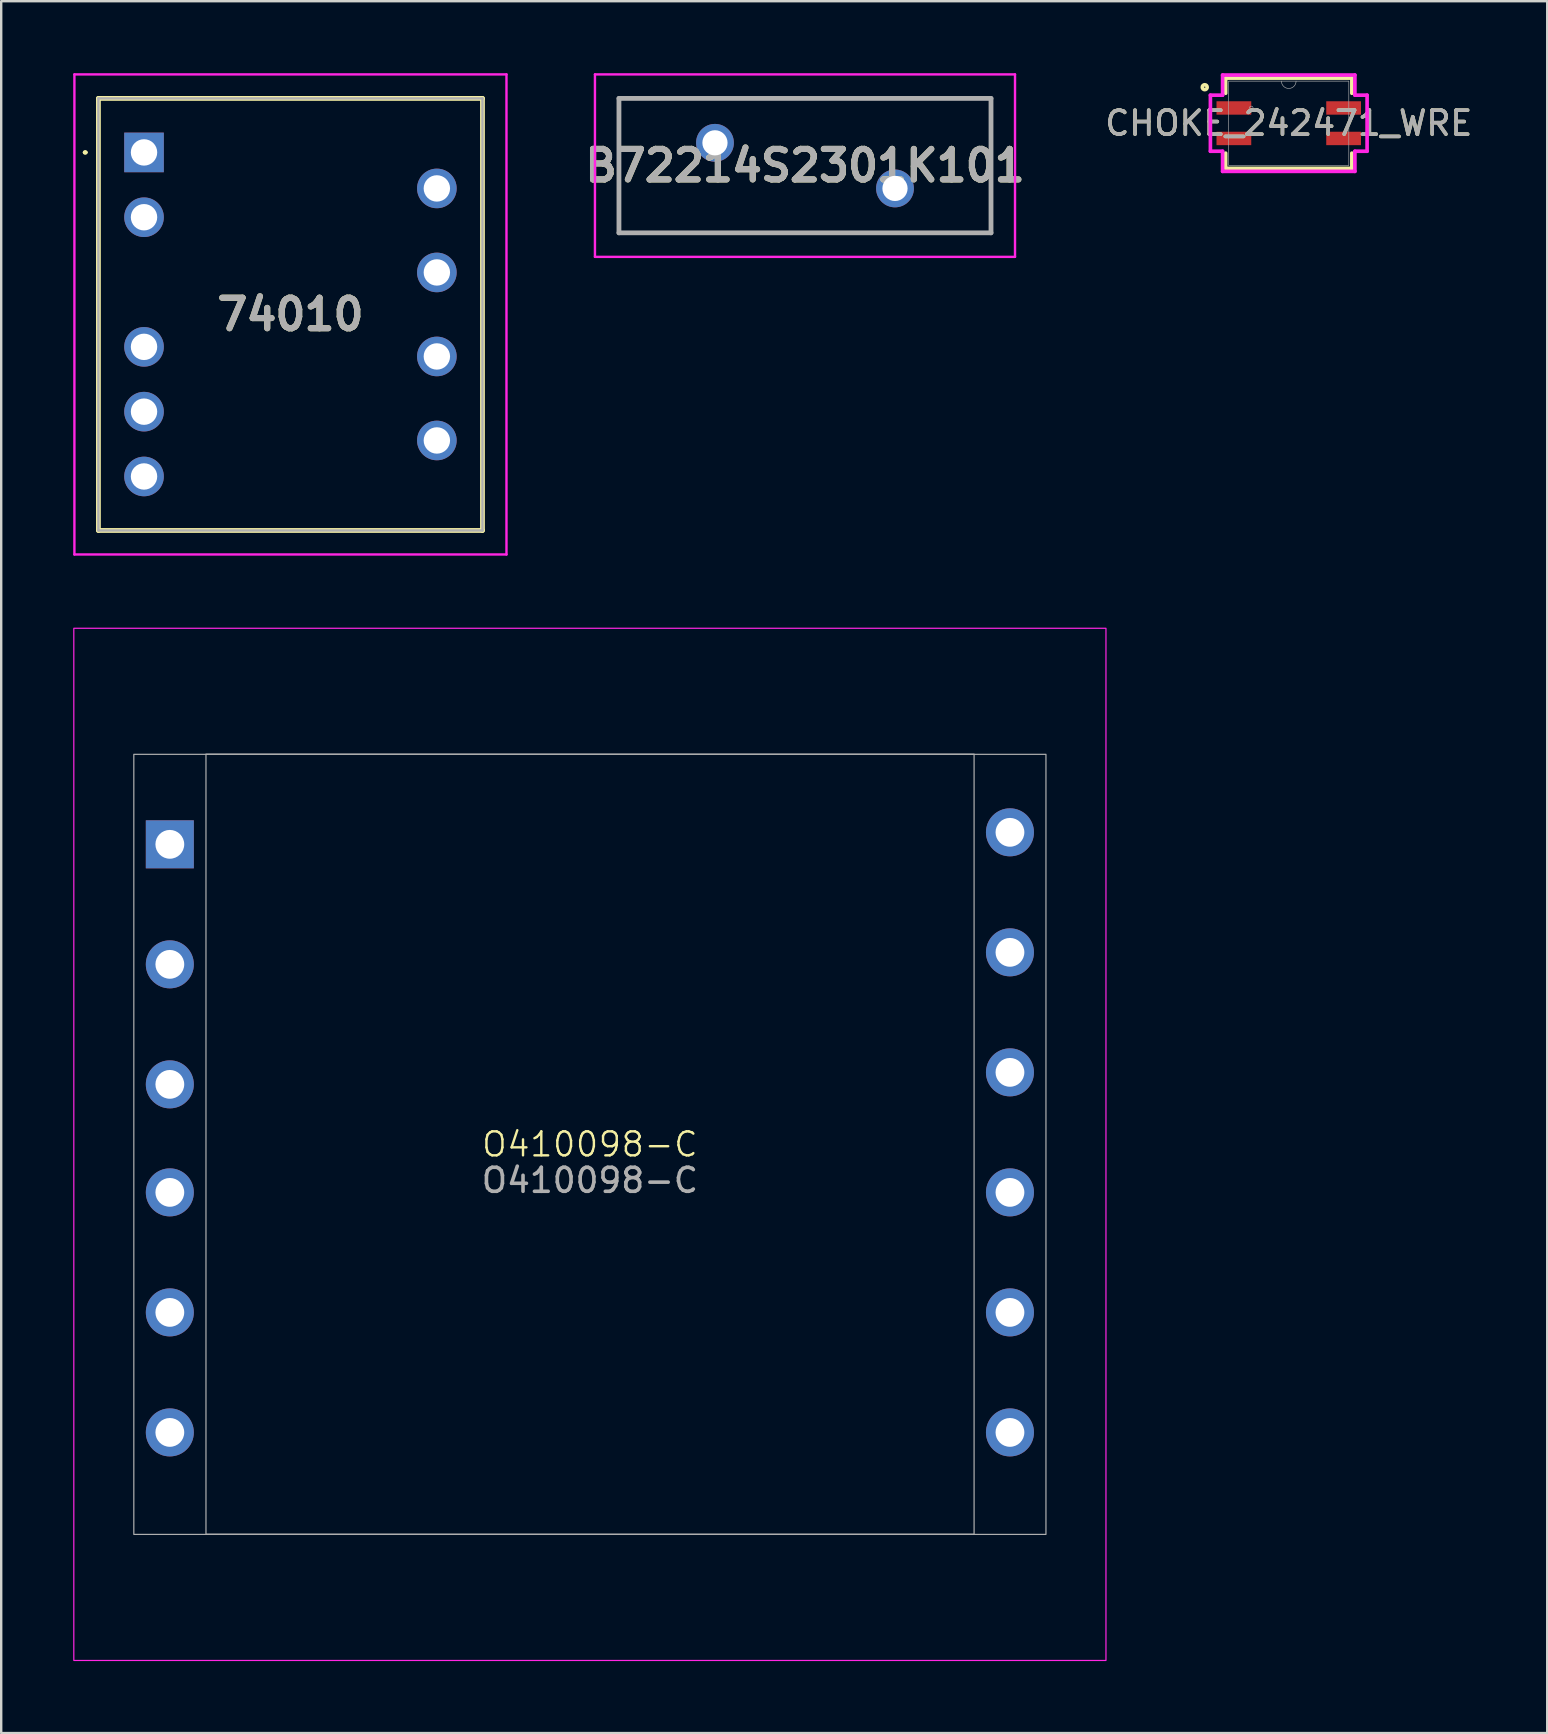
<source format=kicad_pcb>
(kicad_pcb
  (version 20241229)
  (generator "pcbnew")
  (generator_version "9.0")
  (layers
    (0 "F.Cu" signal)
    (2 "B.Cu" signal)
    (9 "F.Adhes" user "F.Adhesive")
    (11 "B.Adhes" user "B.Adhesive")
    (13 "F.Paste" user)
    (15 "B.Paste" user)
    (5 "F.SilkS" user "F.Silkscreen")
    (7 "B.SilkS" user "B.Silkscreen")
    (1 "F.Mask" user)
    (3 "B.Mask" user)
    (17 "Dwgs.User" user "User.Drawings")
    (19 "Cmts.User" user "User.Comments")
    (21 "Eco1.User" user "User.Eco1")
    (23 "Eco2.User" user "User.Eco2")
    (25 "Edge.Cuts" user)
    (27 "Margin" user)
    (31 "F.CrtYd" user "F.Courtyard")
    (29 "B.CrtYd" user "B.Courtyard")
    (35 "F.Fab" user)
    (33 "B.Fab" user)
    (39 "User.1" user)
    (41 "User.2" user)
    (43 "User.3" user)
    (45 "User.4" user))
  (footprint "74010"
    (layer "F.Cu")
    (at 2.95 3.3)
    (property "Reference" "74010" (at 6.1 6.75 0) (layer "F.SilkS") (effects (font (size 1.27 1.27) (thickness 0.254))))
    (attr through_hole)
    (fp_line (start -2.5 0) (end -2.5 0) (stroke (width 0.1) (type solid)) (layer "F.SilkS"))
    (fp_line (start -2.4 0) (end -2.4 0) (stroke (width 0.1) (type solid)) (layer "F.SilkS"))
    (fp_line (start -1.9 -2.25) (end -1.9 15.75) (stroke (width 0.2) (type solid)) (layer "F.SilkS"))
    (fp_line (start -1.9 15.75) (end 14.1 15.75) (stroke (width 0.2) (type solid)) (layer "F.SilkS"))
    (fp_line (start 14.1 -2.25) (end -1.9 -2.25) (stroke (width 0.2) (type solid)) (layer "F.SilkS"))
    (fp_line (start 14.1 15.75) (end 14.1 -2.25) (stroke (width 0.2) (type solid)) (layer "F.SilkS"))
    (fp_arc (start -2.5 0) (mid -2.45 -0.05) (end -2.4 0) (stroke (width 0.1) (type solid)) (layer "F.SilkS"))
    (fp_arc (start -2.4 0) (mid -2.45 0.05) (end -2.5 0) (stroke (width 0.1) (type solid)) (layer "F.SilkS"))
    (fp_line (start -2.9 -3.25) (end -2.9 16.75) (stroke (width 0.1) (type solid)) (layer "F.CrtYd"))
    (fp_line (start -2.9 16.75) (end 15.1 16.75) (stroke (width 0.1) (type solid)) (layer "F.CrtYd"))
    (fp_line (start 15.1 -3.25) (end -2.9 -3.25) (stroke (width 0.1) (type solid)) (layer "F.CrtYd"))
    (fp_line (start 15.1 16.75) (end 15.1 -3.25) (stroke (width 0.1) (type solid)) (layer "F.CrtYd"))
    (fp_line (start -1.9 -2.25) (end -1.9 15.75) (stroke (width 0.1) (type solid)) (layer "F.Fab"))
    (fp_line (start -1.9 15.75) (end 14.1 15.75) (stroke (width 0.1) (type solid)) (layer "F.Fab"))
    (fp_line (start 14.1 -2.25) (end -1.9 -2.25) (stroke (width 0.1) (type solid)) (layer "F.Fab"))
    (fp_line (start 14.1 15.75) (end 14.1 -2.25) (stroke (width 0.1) (type solid)) (layer "F.Fab"))
    (fp_text user "${REFERENCE}" (at 6.1 6.75 0) (layer "F.Fab") (effects (font (size 1.27 1.27) (thickness 0.254))))
    (pad "1" thru_hole rect (at 0 0) (size 1.65 1.65) (drill 1.1) (layers "*.Cu" "*.Mask"))
    (pad "2" thru_hole circle (at 0 2.7) (size 1.65 1.65) (drill 1.1) (layers "*.Cu" "*.Mask"))
    (pad "4" thru_hole circle (at 0 8.1) (size 1.65 1.65) (drill 1.1) (layers "*.Cu" "*.Mask"))
    (pad "5" thru_hole circle (at 0 10.8) (size 1.65 1.65) (drill 1.1) (layers "*.Cu" "*.Mask"))
    (pad "6" thru_hole circle (at 0 13.5) (size 1.65 1.65) (drill 1.1) (layers "*.Cu" "*.Mask"))
    (pad "7" thru_hole circle (at 12.2 12) (size 1.65 1.65) (drill 1.1) (layers "*.Cu" "*.Mask"))
    (pad "8" thru_hole circle (at 12.2 8.5) (size 1.65 1.65) (drill 1.1) (layers "*.Cu" "*.Mask"))
    (pad "9" thru_hole circle (at 12.2 5) (size 1.65 1.65) (drill 1.1) (layers "*.Cu" "*.Mask"))
    (pad "10" thru_hole circle (at 12.2 1.5) (size 1.65 1.65) (drill 1.1) (layers "*.Cu" "*.Mask")))
  (footprint "O410098-C"
    (layer "F.Cu")
    (at 21.525 44.625)
    (property "Reference" "O410098-C" (at 0 0 0) (unlocked yes) (layer "F.SilkS") (effects (font (size 1 1) (thickness 0.1))))
    (attr through_hole)
    (fp_rect (start -21.5 -21.5) (end 21.5 21.5) (stroke (width 0.05) (type default)) (fill no) (layer "F.CrtYd"))
    (fp_rect (start -19 -16.25) (end 19 16.25) (stroke (width 0.05) (type default)) (fill no) (layer "F.Fab"))
    (fp_rect (start -15.994 -16.258) (end 16.006 16.242) (stroke (width 0.05) (type default)) (fill no) (layer "F.Fab"))
    (fp_text user "${REFERENCE}" (at 0 1.5 0) (unlocked yes) (layer "F.Fab") (effects (font (size 1 1) (thickness 0.15))))
    (pad "1" thru_hole rect (at -17.5 -12.5) (size 2 2) (drill 1.2) (layers "*.Cu" "*.Mask"))
    (pad "2" thru_hole circle (at -17.5 -7.5) (size 2 2) (drill 1.2) (layers "*.Cu" "*.Mask"))
    (pad "3" thru_hole circle (at -17.5 -2.5) (size 2 2) (drill 1.2) (layers "*.Cu" "*.Mask"))
    (pad "4" thru_hole circle (at -17.5 2) (size 2 2) (drill 1.2) (layers "*.Cu" "*.Mask"))
    (pad "5" thru_hole circle (at -17.5 7) (size 2 2) (drill 1.2) (layers "*.Cu" "*.Mask"))
    (pad "6" thru_hole circle (at -17.5 12) (size 2 2) (drill 1.2) (layers "*.Cu" "*.Mask"))
    (pad "7" thru_hole circle (at 17.5 12) (size 2 2) (drill 1.2) (layers "*.Cu" "*.Mask"))
    (pad "8" thru_hole circle (at 17.5 7) (size 2 2) (drill 1.2) (layers "*.Cu" "*.Mask"))
    (pad "9" thru_hole circle (at 17.5 2) (size 2 2) (drill 1.2) (layers "*.Cu" "*.Mask"))
    (pad "10" thru_hole circle (at 17.5 -3) (size 2 2) (drill 1.2) (layers "*.Cu" "*.Mask"))
    (pad "11" thru_hole circle (at 17.5 -8) (size 2 2) (drill 1.2) (layers "*.Cu" "*.Mask"))
    (pad "12" thru_hole oval (at 17.5 -13) (size 2 2) (drill 1.2) (layers "*.Cu" "*.Mask")))
  (footprint "CHOKE_242471_WRE"
    (layer "F.Cu")
    (at 50.64 2.083)
    (property "Reference" "CHOKE_242471_WRE" (at 0 0 0) (unlocked yes) (layer "F.SilkS") (effects (font (size 1 1) (thickness 0.15))))
    (attr smd)
    (fp_line (start -2.629 -1.88) (end -2.629 -1.247) (stroke (width 0.152) (type solid)) (layer "F.SilkS"))
    (fp_line (start -2.629 1.247) (end -2.629 1.88) (stroke (width 0.152) (type solid)) (layer "F.SilkS"))
    (fp_line (start -2.629 1.88) (end 2.629 1.88) (stroke (width 0.152) (type solid)) (layer "F.SilkS"))
    (fp_line (start 2.629 -1.88) (end -2.629 -1.88) (stroke (width 0.152) (type solid)) (layer "F.SilkS"))
    (fp_line (start 2.629 -1.247) (end 2.629 -1.88) (stroke (width 0.152) (type solid)) (layer "F.SilkS"))
    (fp_line (start 2.629 1.88) (end 2.629 1.247) (stroke (width 0.152) (type solid)) (layer "F.SilkS"))
    (fp_circle (center -3.5 -1.5) (end -3.398 -1.5) (stroke (width 0.152) (type solid)) (fill no) (layer "F.SilkS"))
    (fp_line (start -3.264 -1.168) (end -2.756 -1.168) (stroke (width 0.152) (type solid)) (layer "F.CrtYd"))
    (fp_line (start -3.264 1.168) (end -3.264 -1.168) (stroke (width 0.152) (type solid)) (layer "F.CrtYd"))
    (fp_line (start -3.264 1.168) (end -2.756 1.168) (stroke (width 0.152) (type solid)) (layer "F.CrtYd"))
    (fp_line (start -2.756 -2.007) (end 2.756 -2.007) (stroke (width 0.152) (type solid)) (layer "F.CrtYd"))
    (fp_line (start -2.756 -1.168) (end -2.756 -2.007) (stroke (width 0.152) (type solid)) (layer "F.CrtYd"))
    (fp_line (start -2.756 2.007) (end -2.756 1.168) (stroke (width 0.152) (type solid)) (layer "F.CrtYd"))
    (fp_line (start 2.756 -2.007) (end 2.756 -1.168) (stroke (width 0.152) (type solid)) (layer "F.CrtYd"))
    (fp_line (start 2.756 1.168) (end 2.756 2.007) (stroke (width 0.152) (type solid)) (layer "F.CrtYd"))
    (fp_line (start 2.756 2.007) (end -2.756 2.007) (stroke (width 0.152) (type solid)) (layer "F.CrtYd"))
    (fp_line (start 3.264 -1.168) (end 2.756 -1.168) (stroke (width 0.152) (type solid)) (layer "F.CrtYd"))
    (fp_line (start 3.264 -1.168) (end 3.264 1.168) (stroke (width 0.152) (type solid)) (layer "F.CrtYd"))
    (fp_line (start 3.264 1.168) (end 2.756 1.168) (stroke (width 0.152) (type solid)) (layer "F.CrtYd"))
    (fp_line (start -2.502 -1.753) (end -2.502 1.753) (stroke (width 0.025) (type solid)) (layer "F.Fab"))
    (fp_line (start -2.502 1.753) (end 2.502 1.753) (stroke (width 0.025) (type solid)) (layer "F.Fab"))
    (fp_line (start 2.502 -1.753) (end -2.502 -1.753) (stroke (width 0.025) (type solid)) (layer "F.Fab"))
    (fp_line (start 2.502 1.753) (end 2.502 -1.753) (stroke (width 0.025) (type solid)) (layer "F.Fab"))
    (fp_arc (start 0.3048 -1.7526) (mid 0 -1.4478) (end -0.3048 -1.7526) (stroke (width 0.0254) (type solid)) (layer "F.Fab"))
    (fp_circle (center -1.562 -0.635) (end -1.486 -0.635) (stroke (width 0.025) (type solid)) (fill no) (layer "F.Fab"))
    (fp_text user "${REFERENCE}" (at 0 0 0) (unlocked yes) (layer "F.Fab") (effects (font (size 1 1) (thickness 0.15))))
    (pad "1" smd rect (at -2.286 -0.635) (size 1.448 0.559) (layers "F.Cu" "F.Mask" "F.Paste"))
    (pad "2" smd rect (at -2.286 0.635) (size 1.448 0.559) (layers "F.Cu" "F.Mask" "F.Paste"))
    (pad "3" smd rect (at 2.286 0.635) (size 1.448 0.559) (layers "F.Cu" "F.Mask" "F.Paste"))
    (pad "4" smd rect (at 2.286 -0.635) (size 1.448 0.559) (layers "F.Cu" "F.Mask" "F.Paste")))
  (footprint "B72214S2301K101"
    (layer "F.Cu")
    (at 26.736 2.9)
    (property "Reference" "B72214S2301K101" (at 3.75 0.95 0) (layer "F.SilkS") (effects (font (size 1.27 1.27) (thickness 0.254))))
    (attr through_hole)
    (fp_line (start -4 -1.85) (end 11.5 -1.85) (stroke (width 0.1) (type solid)) (layer "F.SilkS"))
    (fp_line (start -4 3.75) (end -4 -1.85) (stroke (width 0.1) (type solid)) (layer "F.SilkS"))
    (fp_line (start 11.5 -1.85) (end 11.5 3.75) (stroke (width 0.1) (type solid)) (layer "F.SilkS"))
    (fp_line (start 11.5 3.75) (end -4 3.75) (stroke (width 0.1) (type solid)) (layer "F.SilkS"))
    (fp_line (start -5 -2.85) (end 12.5 -2.85) (stroke (width 0.1) (type solid)) (layer "F.CrtYd"))
    (fp_line (start -5 4.75) (end -5 -2.85) (stroke (width 0.1) (type solid)) (layer "F.CrtYd"))
    (fp_line (start 12.5 -2.85) (end 12.5 4.75) (stroke (width 0.1) (type solid)) (layer "F.CrtYd"))
    (fp_line (start 12.5 4.75) (end -5 4.75) (stroke (width 0.1) (type solid)) (layer "F.CrtYd"))
    (fp_line (start -4 -1.85) (end 11.5 -1.85) (stroke (width 0.2) (type solid)) (layer "F.Fab"))
    (fp_line (start -4 3.75) (end -4 -1.85) (stroke (width 0.2) (type solid)) (layer "F.Fab"))
    (fp_line (start 11.5 -1.85) (end 11.5 3.75) (stroke (width 0.2) (type solid)) (layer "F.Fab"))
    (fp_line (start 11.5 3.75) (end -4 3.75) (stroke (width 0.2) (type solid)) (layer "F.Fab"))
    (fp_text user "${REFERENCE}" (at 3.75 0.95 0) (layer "F.Fab") (effects (font (size 1.27 1.27) (thickness 0.254))))
    (pad "1" thru_hole circle (at 0 0) (size 1.575 1.575) (drill 1.05) (layers "*.Cu" "*.Mask"))
    (pad "2" thru_hole circle (at 7.5 1.9) (size 1.575 1.575) (drill 1.05) (layers "*.Cu" "*.Mask")))
  (gr_rect
    (start -3 -3)
    (end 61.408 69.15)
    (stroke (width 0.1) (type default))
    (fill no)
    (layer "Edge.Cuts")))
</source>
